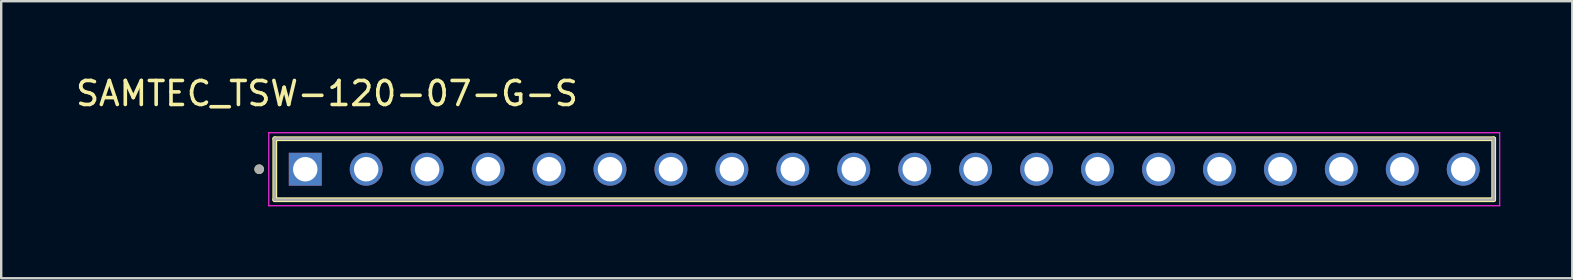
<source format=kicad_pcb>
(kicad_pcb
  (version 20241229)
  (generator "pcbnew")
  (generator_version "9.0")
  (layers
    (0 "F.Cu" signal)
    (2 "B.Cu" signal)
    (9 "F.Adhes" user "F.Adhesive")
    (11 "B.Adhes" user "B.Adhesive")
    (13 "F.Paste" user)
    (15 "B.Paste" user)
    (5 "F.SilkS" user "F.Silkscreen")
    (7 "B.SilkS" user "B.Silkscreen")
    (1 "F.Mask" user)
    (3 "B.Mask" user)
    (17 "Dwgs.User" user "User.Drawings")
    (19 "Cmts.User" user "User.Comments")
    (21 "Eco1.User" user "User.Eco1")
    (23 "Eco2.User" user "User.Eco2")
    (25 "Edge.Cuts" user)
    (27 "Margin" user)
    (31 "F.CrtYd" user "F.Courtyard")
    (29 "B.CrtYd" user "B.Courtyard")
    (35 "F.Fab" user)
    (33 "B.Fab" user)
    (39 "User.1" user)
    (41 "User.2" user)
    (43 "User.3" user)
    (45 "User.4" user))
  (footprint "SAMTEC_TSW-120-07-G-S"
    (layer "F.Cu")
    (at 33.802 4.003)
    (property "Reference" "SAMTEC_TSW-120-07-G-S" (at -23.225 -3.155 0) (layer "F.SilkS") (effects (font (size 1 1) (thickness 0.15))))
    (attr through_hole)
    (fp_line (start -25.4 1.27) (end -25.4 -1.27) (stroke (width 0.2) (type solid)) (layer "F.SilkS"))
    (fp_line (start 25.4 -1.27) (end -25.4 -1.27) (stroke (width 0.2) (type solid)) (layer "F.SilkS"))
    (fp_line (start 25.4 -1.27) (end 25.4 1.27) (stroke (width 0.2) (type solid)) (layer "F.SilkS"))
    (fp_line (start 25.4 1.27) (end -25.4 1.27) (stroke (width 0.2) (type solid)) (layer "F.SilkS"))
    (fp_circle (center -26.05 0) (end -25.95 0) (stroke (width 0.2) (type solid)) (fill no) (layer "F.SilkS"))
    (fp_line (start -25.65 -1.52) (end 25.65 -1.52) (stroke (width 0.05) (type solid)) (layer "F.CrtYd"))
    (fp_line (start -25.65 1.52) (end -25.65 -1.52) (stroke (width 0.05) (type solid)) (layer "F.CrtYd"))
    (fp_line (start 25.65 -1.52) (end 25.65 1.52) (stroke (width 0.05) (type solid)) (layer "F.CrtYd"))
    (fp_line (start 25.65 1.52) (end -25.65 1.52) (stroke (width 0.05) (type solid)) (layer "F.CrtYd"))
    (fp_line (start -25.4 -1.27) (end 25.4 -1.27) (stroke (width 0.1) (type solid)) (layer "F.Fab"))
    (fp_line (start -25.4 -1.27) (end 25.4 -1.27) (stroke (width 0.1) (type solid)) (layer "F.Fab"))
    (fp_line (start -25.4 1.27) (end -25.4 -1.27) (stroke (width 0.1) (type solid)) (layer "F.Fab"))
    (fp_line (start -25.4 1.27) (end -25.4 -1.27) (stroke (width 0.1) (type solid)) (layer "F.Fab"))
    (fp_line (start 25.4 -1.27) (end 25.4 1.27) (stroke (width 0.1) (type solid)) (layer "F.Fab"))
    (fp_line (start 25.4 -1.27) (end 25.4 1.27) (stroke (width 0.1) (type solid)) (layer "F.Fab"))
    (fp_line (start 25.4 1.27) (end -25.4 1.27) (stroke (width 0.1) (type solid)) (layer "F.Fab"))
    (fp_circle (center -26.05 0) (end -25.95 0) (stroke (width 0.2) (type solid)) (fill no) (layer "F.Fab"))
    (pad "01" thru_hole rect (at -24.13 0) (size 1.37 1.37) (drill 1.02) (layers "*.Cu" "*.Mask"))
    (pad "02" thru_hole circle (at -21.59 0) (size 1.37 1.37) (drill 1.02) (layers "*.Cu" "*.Mask"))
    (pad "03" thru_hole circle (at -19.05 0) (size 1.37 1.37) (drill 1.02) (layers "*.Cu" "*.Mask"))
    (pad "04" thru_hole circle (at -16.51 0) (size 1.37 1.37) (drill 1.02) (layers "*.Cu" "*.Mask"))
    (pad "05" thru_hole circle (at -13.97 0) (size 1.37 1.37) (drill 1.02) (layers "*.Cu" "*.Mask"))
    (pad "06" thru_hole circle (at -11.43 0) (size 1.37 1.37) (drill 1.02) (layers "*.Cu" "*.Mask"))
    (pad "07" thru_hole circle (at -8.89 0) (size 1.37 1.37) (drill 1.02) (layers "*.Cu" "*.Mask"))
    (pad "08" thru_hole circle (at -6.35 0) (size 1.37 1.37) (drill 1.02) (layers "*.Cu" "*.Mask"))
    (pad "09" thru_hole circle (at -3.81 0) (size 1.37 1.37) (drill 1.02) (layers "*.Cu" "*.Mask"))
    (pad "10" thru_hole circle (at -1.27 0) (size 1.37 1.37) (drill 1.02) (layers "*.Cu" "*.Mask"))
    (pad "11" thru_hole circle (at 1.27 0) (size 1.37 1.37) (drill 1.02) (layers "*.Cu" "*.Mask"))
    (pad "12" thru_hole circle (at 3.81 0) (size 1.37 1.37) (drill 1.02) (layers "*.Cu" "*.Mask"))
    (pad "13" thru_hole circle (at 6.35 0) (size 1.37 1.37) (drill 1.02) (layers "*.Cu" "*.Mask"))
    (pad "14" thru_hole circle (at 8.89 0) (size 1.37 1.37) (drill 1.02) (layers "*.Cu" "*.Mask"))
    (pad "15" thru_hole circle (at 11.43 0) (size 1.37 1.37) (drill 1.02) (layers "*.Cu" "*.Mask"))
    (pad "16" thru_hole circle (at 13.97 0) (size 1.37 1.37) (drill 1.02) (layers "*.Cu" "*.Mask"))
    (pad "17" thru_hole circle (at 16.51 0) (size 1.37 1.37) (drill 1.02) (layers "*.Cu" "*.Mask"))
    (pad "18" thru_hole circle (at 19.05 0) (size 1.37 1.37) (drill 1.02) (layers "*.Cu" "*.Mask"))
    (pad "19" thru_hole circle (at 21.59 0) (size 1.37 1.37) (drill 1.02) (layers "*.Cu" "*.Mask"))
    (pad "20" thru_hole circle (at 24.13 0) (size 1.37 1.37) (drill 1.02) (layers "*.Cu" "*.Mask")))
  (gr_rect
    (start -3 -3)
    (end 62.477 8.548)
    (stroke (width 0.1) (type default))
    (fill no)
    (layer "Edge.Cuts")))
</source>
